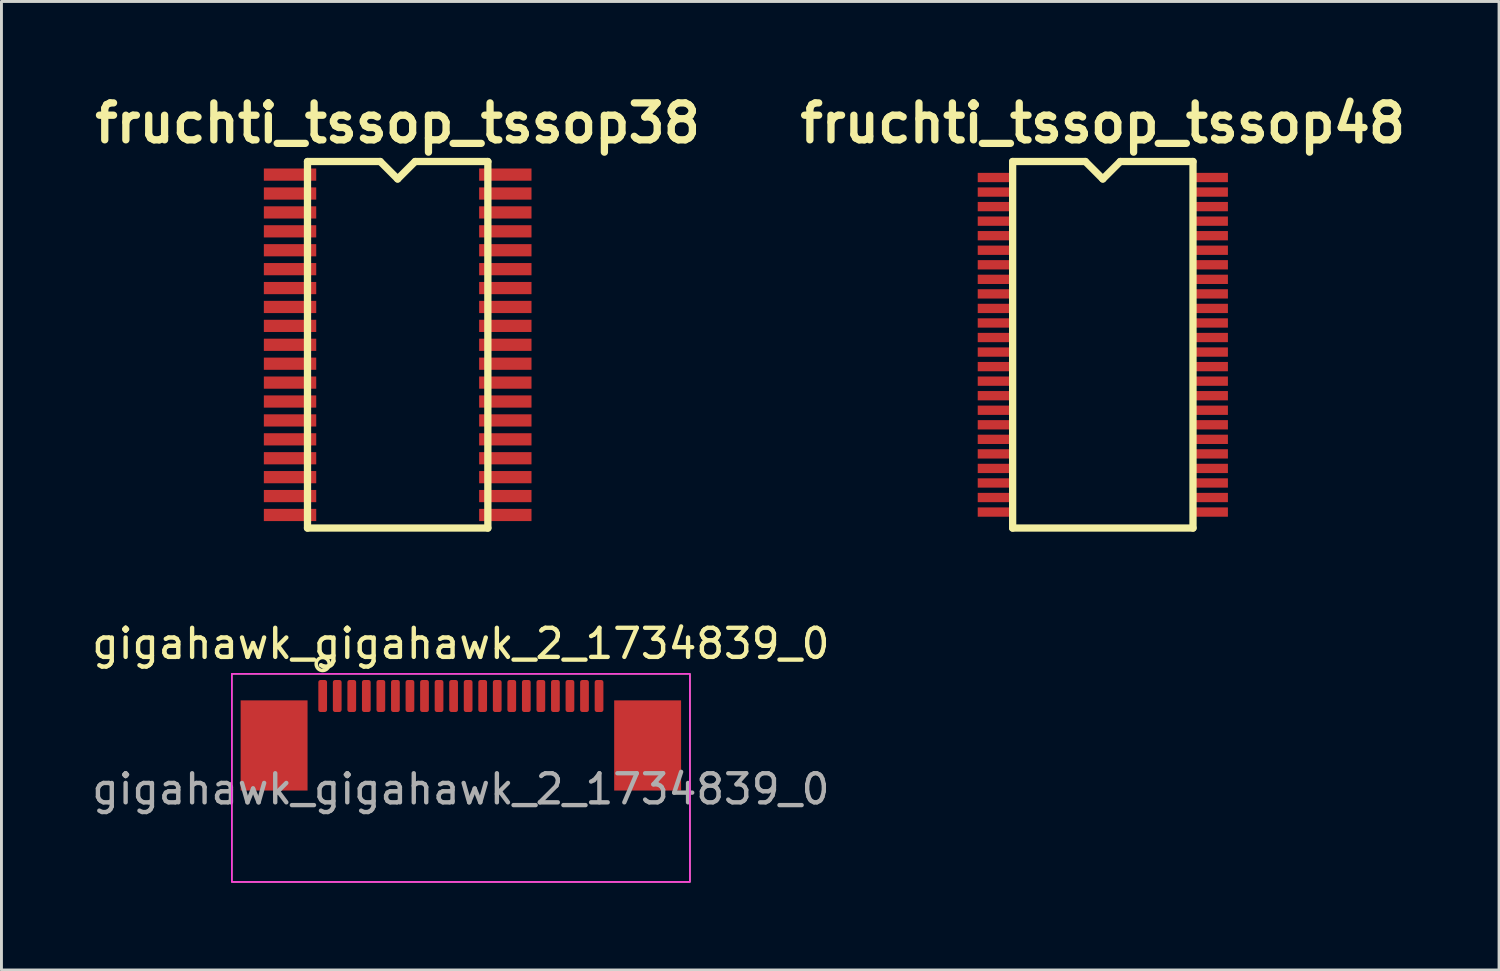
<source format=kicad_pcb>
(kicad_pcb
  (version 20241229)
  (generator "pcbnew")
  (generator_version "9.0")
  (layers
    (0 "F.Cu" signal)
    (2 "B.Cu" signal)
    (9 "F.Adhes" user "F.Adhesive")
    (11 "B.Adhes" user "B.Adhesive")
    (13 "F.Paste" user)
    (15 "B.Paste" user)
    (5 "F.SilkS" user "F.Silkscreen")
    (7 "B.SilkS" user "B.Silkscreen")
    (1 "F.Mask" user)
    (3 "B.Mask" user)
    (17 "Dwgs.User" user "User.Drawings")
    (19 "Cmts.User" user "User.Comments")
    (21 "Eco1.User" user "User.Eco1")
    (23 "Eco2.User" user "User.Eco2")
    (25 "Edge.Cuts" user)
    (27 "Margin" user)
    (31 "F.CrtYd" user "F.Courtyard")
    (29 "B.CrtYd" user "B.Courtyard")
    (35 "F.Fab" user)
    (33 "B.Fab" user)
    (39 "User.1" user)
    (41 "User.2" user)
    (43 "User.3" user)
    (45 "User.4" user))
  (footprint "gigahawk_gigahawk_2_1734839_0"
    (layer "F.Cu")
    (at 12.792 20.875)
    (property "Reference" "gigahawk_gigahawk_2_1734839_0" (at 0 -1.8 0) (unlocked yes) (layer "F.SilkS") (effects (font (size 1 1) (thickness 0.15))))
    (attr smd)
    (fp_rect (start -7.874 -0.762) (end 7.874 6.392) (stroke (width 0.05) (type solid)) (fill no) (layer "F.SilkS"))
    (fp_circle (center -4.75 -1.1) (end -4.526 -1.1) (stroke (width 0.12) (type solid)) (fill no) (layer "F.SilkS"))
    (fp_rect (start -7.874 -0.762) (end 7.874 6.392) (stroke (width 0.05) (type solid)) (fill no) (layer "F.CrtYd"))
    (fp_text user "${REFERENCE}" (at 0 3.2 0) (unlocked yes) (layer "F.Fab") (effects (font (size 1 1) (thickness 0.15))))
    (pad "1" smd roundrect (at -4.75 0) (size 0.3 1.1) (layers "F.Cu" "F.Mask" "F.Paste") (roundrect_rratio 0.25))
    (pad "2" smd roundrect (at -4.25 0) (size 0.3 1.1) (layers "F.Cu" "F.Mask" "F.Paste") (roundrect_rratio 0.25))
    (pad "3" smd roundrect (at -3.75 0) (size 0.3 1.1) (layers "F.Cu" "F.Mask" "F.Paste") (roundrect_rratio 0.25))
    (pad "4" smd roundrect (at -3.25 0) (size 0.3 1.1) (layers "F.Cu" "F.Mask" "F.Paste") (roundrect_rratio 0.25))
    (pad "5" smd roundrect (at -2.75 0) (size 0.3 1.1) (layers "F.Cu" "F.Mask" "F.Paste") (roundrect_rratio 0.25))
    (pad "6" smd roundrect (at -2.25 0) (size 0.3 1.1) (layers "F.Cu" "F.Mask" "F.Paste") (roundrect_rratio 0.25))
    (pad "7" smd roundrect (at -1.75 0) (size 0.3 1.1) (layers "F.Cu" "F.Mask" "F.Paste") (roundrect_rratio 0.25))
    (pad "8" smd roundrect (at -1.25 0) (size 0.3 1.1) (layers "F.Cu" "F.Mask" "F.Paste") (roundrect_rratio 0.25))
    (pad "9" smd roundrect (at -0.75 0) (size 0.3 1.1) (layers "F.Cu" "F.Mask" "F.Paste") (roundrect_rratio 0.25))
    (pad "10" smd roundrect (at -0.25 0) (size 0.3 1.1) (layers "F.Cu" "F.Mask" "F.Paste") (roundrect_rratio 0.25))
    (pad "11" smd roundrect (at 0.25 0) (size 0.3 1.1) (layers "F.Cu" "F.Mask" "F.Paste") (roundrect_rratio 0.25))
    (pad "12" smd roundrect (at 0.75 0) (size 0.3 1.1) (layers "F.Cu" "F.Mask" "F.Paste") (roundrect_rratio 0.25))
    (pad "13" smd roundrect (at 1.25 0) (size 0.3 1.1) (layers "F.Cu" "F.Mask" "F.Paste") (roundrect_rratio 0.25))
    (pad "14" smd roundrect (at 1.75 0) (size 0.3 1.1) (layers "F.Cu" "F.Mask" "F.Paste") (roundrect_rratio 0.25))
    (pad "15" smd roundrect (at 2.25 0) (size 0.3 1.1) (layers "F.Cu" "F.Mask" "F.Paste") (roundrect_rratio 0.25))
    (pad "16" smd roundrect (at 2.75 0) (size 0.3 1.1) (layers "F.Cu" "F.Mask" "F.Paste") (roundrect_rratio 0.25))
    (pad "17" smd roundrect (at 3.25 0) (size 0.3 1.1) (layers "F.Cu" "F.Mask" "F.Paste") (roundrect_rratio 0.25))
    (pad "18" smd roundrect (at 3.75 0) (size 0.3 1.1) (layers "F.Cu" "F.Mask" "F.Paste") (roundrect_rratio 0.25))
    (pad "19" smd roundrect (at 4.25 0) (size 0.3 1.1) (layers "F.Cu" "F.Mask" "F.Paste") (roundrect_rratio 0.25))
    (pad "20" smd roundrect (at 4.75 0) (size 0.3 1.1) (layers "F.Cu" "F.Mask" "F.Paste") (roundrect_rratio 0.25))
    (pad "M1" smd rect (at -6.42 1.7) (size 2.3 3.1) (layers "F.Cu" "F.Mask" "F.Paste"))
    (pad "M2" smd rect (at 6.42 1.7) (size 2.3 3.1) (layers "F.Cu" "F.Mask" "F.Paste")))
  (footprint "fruchti_tssop_tssop38"
    (layer "F.Cu")
    (at 10.62 8.802)
    (property "Reference" "fruchti_tssop_tssop38" (at 0 -7.62 0) (layer "F.SilkS") (effects (font (size 1.27 1.27) (thickness 0.25))))
    (attr through_hole)
    (fp_line (start -3.1 -6.3) (end -3.1 6.3) (stroke (width 0.25) (type solid)) (layer "F.SilkS"))
    (fp_line (start -3.1 6.3) (end 3.1 6.3) (stroke (width 0.25) (type solid)) (layer "F.SilkS"))
    (fp_line (start -0.6 -6.3) (end -3.1 -6.3) (stroke (width 0.25) (type solid)) (layer "F.SilkS"))
    (fp_line (start 0 -5.7) (end -0.6 -6.3) (stroke (width 0.25) (type solid)) (layer "F.SilkS"))
    (fp_line (start 0.6 -6.3) (end 0 -5.7) (stroke (width 0.25) (type solid)) (layer "F.SilkS"))
    (fp_line (start 3.1 -6.3) (end 0.6 -6.3) (stroke (width 0.25) (type solid)) (layer "F.SilkS"))
    (fp_line (start 3.1 6.3) (end 3.1 -6.3) (stroke (width 0.25) (type solid)) (layer "F.SilkS"))
    (pad "1" smd rect (at -3.7 -5.85) (size 1.8 0.42) (layers "F.Cu" "F.Mask" "F.Paste"))
    (pad "2" smd rect (at -3.7 -5.2) (size 1.8 0.42) (layers "F.Cu" "F.Mask" "F.Paste"))
    (pad "3" smd rect (at -3.7 -4.55) (size 1.8 0.42) (layers "F.Cu" "F.Mask" "F.Paste"))
    (pad "4" smd rect (at -3.7 -3.9) (size 1.8 0.42) (layers "F.Cu" "F.Mask" "F.Paste"))
    (pad "5" smd rect (at -3.7 -3.25) (size 1.8 0.42) (layers "F.Cu" "F.Mask" "F.Paste"))
    (pad "6" smd rect (at -3.7 -2.6) (size 1.8 0.42) (layers "F.Cu" "F.Mask" "F.Paste"))
    (pad "7" smd rect (at -3.7 -1.95) (size 1.8 0.42) (layers "F.Cu" "F.Mask" "F.Paste"))
    (pad "8" smd rect (at -3.7 -1.3) (size 1.8 0.42) (layers "F.Cu" "F.Mask" "F.Paste"))
    (pad "9" smd rect (at -3.7 -0.65) (size 1.8 0.42) (layers "F.Cu" "F.Mask" "F.Paste"))
    (pad "10" smd rect (at -3.7 0) (size 1.8 0.42) (layers "F.Cu" "F.Mask" "F.Paste"))
    (pad "11" smd rect (at -3.7 0.65) (size 1.8 0.42) (layers "F.Cu" "F.Mask" "F.Paste"))
    (pad "12" smd rect (at -3.7 1.3) (size 1.8 0.42) (layers "F.Cu" "F.Mask" "F.Paste"))
    (pad "13" smd rect (at -3.7 1.95) (size 1.8 0.42) (layers "F.Cu" "F.Mask" "F.Paste"))
    (pad "14" smd rect (at -3.7 2.6) (size 1.8 0.42) (layers "F.Cu" "F.Mask" "F.Paste"))
    (pad "15" smd rect (at -3.7 3.25) (size 1.8 0.42) (layers "F.Cu" "F.Mask" "F.Paste"))
    (pad "16" smd rect (at -3.7 3.9) (size 1.8 0.42) (layers "F.Cu" "F.Mask" "F.Paste"))
    (pad "17" smd rect (at -3.7 4.55) (size 1.8 0.42) (layers "F.Cu" "F.Mask" "F.Paste"))
    (pad "18" smd rect (at -3.7 5.2) (size 1.8 0.42) (layers "F.Cu" "F.Mask" "F.Paste"))
    (pad "19" smd rect (at -3.7 5.85) (size 1.8 0.42) (layers "F.Cu" "F.Mask" "F.Paste"))
    (pad "20" smd rect (at 3.7 5.85) (size 1.8 0.42) (layers "F.Cu" "F.Mask" "F.Paste"))
    (pad "21" smd rect (at 3.7 5.2) (size 1.8 0.42) (layers "F.Cu" "F.Mask" "F.Paste"))
    (pad "22" smd rect (at 3.7 4.55) (size 1.8 0.42) (layers "F.Cu" "F.Mask" "F.Paste"))
    (pad "23" smd rect (at 3.7 3.9) (size 1.8 0.42) (layers "F.Cu" "F.Mask" "F.Paste"))
    (pad "24" smd rect (at 3.7 3.25) (size 1.8 0.42) (layers "F.Cu" "F.Mask" "F.Paste"))
    (pad "25" smd rect (at 3.7 2.6) (size 1.8 0.42) (layers "F.Cu" "F.Mask" "F.Paste"))
    (pad "26" smd rect (at 3.7 1.95) (size 1.8 0.42) (layers "F.Cu" "F.Mask" "F.Paste"))
    (pad "27" smd rect (at 3.7 1.3) (size 1.8 0.42) (layers "F.Cu" "F.Mask" "F.Paste"))
    (pad "28" smd rect (at 3.7 0.65) (size 1.8 0.42) (layers "F.Cu" "F.Mask" "F.Paste"))
    (pad "29" smd rect (at 3.7 0) (size 1.8 0.42) (layers "F.Cu" "F.Mask" "F.Paste"))
    (pad "30" smd rect (at 3.7 -0.65) (size 1.8 0.42) (layers "F.Cu" "F.Mask" "F.Paste"))
    (pad "31" smd rect (at 3.7 -1.3) (size 1.8 0.42) (layers "F.Cu" "F.Mask" "F.Paste"))
    (pad "32" smd rect (at 3.7 -1.95) (size 1.8 0.42) (layers "F.Cu" "F.Mask" "F.Paste"))
    (pad "33" smd rect (at 3.7 -2.6) (size 1.8 0.42) (layers "F.Cu" "F.Mask" "F.Paste"))
    (pad "34" smd rect (at 3.7 -3.25) (size 1.8 0.42) (layers "F.Cu" "F.Mask" "F.Paste"))
    (pad "35" smd rect (at 3.7 -3.9) (size 1.8 0.42) (layers "F.Cu" "F.Mask" "F.Paste"))
    (pad "36" smd rect (at 3.7 -4.55) (size 1.8 0.42) (layers "F.Cu" "F.Mask" "F.Paste"))
    (pad "37" smd rect (at 3.7 -5.2) (size 1.8 0.42) (layers "F.Cu" "F.Mask" "F.Paste"))
    (pad "38" smd rect (at 3.7 -5.85) (size 1.8 0.42) (layers "F.Cu" "F.Mask" "F.Paste")))
  (footprint "fruchti_tssop_tssop48"
    (layer "F.Cu")
    (at 34.859 8.802)
    (property "Reference" "fruchti_tssop_tssop48" (at 0 -7.62 0) (layer "F.SilkS") (effects (font (size 1.27 1.27) (thickness 0.25))))
    (attr through_hole)
    (fp_line (start -3.1 -6.3) (end -3.1 6.3) (stroke (width 0.25) (type solid)) (layer "F.SilkS"))
    (fp_line (start -3.1 6.3) (end 3.1 6.3) (stroke (width 0.25) (type solid)) (layer "F.SilkS"))
    (fp_line (start -0.6 -6.3) (end -3.1 -6.3) (stroke (width 0.25) (type solid)) (layer "F.SilkS"))
    (fp_line (start 0 -5.7) (end -0.6 -6.3) (stroke (width 0.25) (type solid)) (layer "F.SilkS"))
    (fp_line (start 0.6 -6.3) (end 0 -5.7) (stroke (width 0.25) (type solid)) (layer "F.SilkS"))
    (fp_line (start 3.1 -6.3) (end 0.6 -6.3) (stroke (width 0.25) (type solid)) (layer "F.SilkS"))
    (fp_line (start 3.1 6.3) (end 3.1 -6.3) (stroke (width 0.25) (type solid)) (layer "F.SilkS"))
    (pad "1" smd rect (at -3.7 -5.75) (size 1.2 0.32) (layers "F.Cu" "F.Mask" "F.Paste"))
    (pad "2" smd rect (at -3.7 -5.25) (size 1.2 0.32) (layers "F.Cu" "F.Mask" "F.Paste"))
    (pad "3" smd rect (at -3.7 -4.75) (size 1.2 0.32) (layers "F.Cu" "F.Mask" "F.Paste"))
    (pad "4" smd rect (at -3.7 -4.25) (size 1.2 0.32) (layers "F.Cu" "F.Mask" "F.Paste"))
    (pad "5" smd rect (at -3.7 -3.75) (size 1.2 0.32) (layers "F.Cu" "F.Mask" "F.Paste"))
    (pad "6" smd rect (at -3.7 -3.25) (size 1.2 0.32) (layers "F.Cu" "F.Mask" "F.Paste"))
    (pad "7" smd rect (at -3.7 -2.75) (size 1.2 0.32) (layers "F.Cu" "F.Mask" "F.Paste"))
    (pad "8" smd rect (at -3.7 -2.25) (size 1.2 0.32) (layers "F.Cu" "F.Mask" "F.Paste"))
    (pad "9" smd rect (at -3.7 -1.75) (size 1.2 0.32) (layers "F.Cu" "F.Mask" "F.Paste"))
    (pad "10" smd rect (at -3.7 -1.25) (size 1.2 0.32) (layers "F.Cu" "F.Mask" "F.Paste"))
    (pad "11" smd rect (at -3.7 -0.75) (size 1.2 0.32) (layers "F.Cu" "F.Mask" "F.Paste"))
    (pad "12" smd rect (at -3.7 -0.25) (size 1.2 0.32) (layers "F.Cu" "F.Mask" "F.Paste"))
    (pad "13" smd rect (at -3.7 0.25) (size 1.2 0.32) (layers "F.Cu" "F.Mask" "F.Paste"))
    (pad "14" smd rect (at -3.7 0.75) (size 1.2 0.32) (layers "F.Cu" "F.Mask" "F.Paste"))
    (pad "15" smd rect (at -3.7 1.25) (size 1.2 0.32) (layers "F.Cu" "F.Mask" "F.Paste"))
    (pad "16" smd rect (at -3.7 1.75) (size 1.2 0.32) (layers "F.Cu" "F.Mask" "F.Paste"))
    (pad "17" smd rect (at -3.7 2.25) (size 1.2 0.32) (layers "F.Cu" "F.Mask" "F.Paste"))
    (pad "18" smd rect (at -3.7 2.75) (size 1.2 0.32) (layers "F.Cu" "F.Mask" "F.Paste"))
    (pad "19" smd rect (at -3.7 3.25) (size 1.2 0.32) (layers "F.Cu" "F.Mask" "F.Paste"))
    (pad "20" smd rect (at -3.7 3.75) (size 1.2 0.32) (layers "F.Cu" "F.Mask" "F.Paste"))
    (pad "21" smd rect (at -3.7 4.25) (size 1.2 0.32) (layers "F.Cu" "F.Mask" "F.Paste"))
    (pad "22" smd rect (at -3.7 4.75) (size 1.2 0.32) (layers "F.Cu" "F.Mask" "F.Paste"))
    (pad "23" smd rect (at -3.7 5.25) (size 1.2 0.32) (layers "F.Cu" "F.Mask" "F.Paste"))
    (pad "24" smd rect (at -3.7 5.75) (size 1.2 0.32) (layers "F.Cu" "F.Mask" "F.Paste"))
    (pad "25" smd rect (at 3.7 5.75) (size 1.2 0.32) (layers "F.Cu" "F.Mask" "F.Paste"))
    (pad "26" smd rect (at 3.7 5.25) (size 1.2 0.32) (layers "F.Cu" "F.Mask" "F.Paste"))
    (pad "27" smd rect (at 3.7 4.75) (size 1.2 0.32) (layers "F.Cu" "F.Mask" "F.Paste"))
    (pad "28" smd rect (at 3.7 4.25) (size 1.2 0.32) (layers "F.Cu" "F.Mask" "F.Paste"))
    (pad "29" smd rect (at 3.7 3.75) (size 1.2 0.32) (layers "F.Cu" "F.Mask" "F.Paste"))
    (pad "30" smd rect (at 3.7 3.25) (size 1.2 0.32) (layers "F.Cu" "F.Mask" "F.Paste"))
    (pad "31" smd rect (at 3.7 2.75) (size 1.2 0.32) (layers "F.Cu" "F.Mask" "F.Paste"))
    (pad "32" smd rect (at 3.7 2.25) (size 1.2 0.32) (layers "F.Cu" "F.Mask" "F.Paste"))
    (pad "33" smd rect (at 3.7 1.75) (size 1.2 0.32) (layers "F.Cu" "F.Mask" "F.Paste"))
    (pad "34" smd rect (at 3.7 1.25) (size 1.2 0.32) (layers "F.Cu" "F.Mask" "F.Paste"))
    (pad "35" smd rect (at 3.7 0.75) (size 1.2 0.32) (layers "F.Cu" "F.Mask" "F.Paste"))
    (pad "36" smd rect (at 3.7 0.25) (size 1.2 0.32) (layers "F.Cu" "F.Mask" "F.Paste"))
    (pad "37" smd rect (at 3.7 -0.25) (size 1.2 0.32) (layers "F.Cu" "F.Mask" "F.Paste"))
    (pad "38" smd rect (at 3.7 -0.75) (size 1.2 0.32) (layers "F.Cu" "F.Mask" "F.Paste"))
    (pad "39" smd rect (at 3.7 -1.25) (size 1.2 0.32) (layers "F.Cu" "F.Mask" "F.Paste"))
    (pad "40" smd rect (at 3.7 -1.75) (size 1.2 0.32) (layers "F.Cu" "F.Mask" "F.Paste"))
    (pad "41" smd rect (at 3.7 -2.25) (size 1.2 0.32) (layers "F.Cu" "F.Mask" "F.Paste"))
    (pad "42" smd rect (at 3.7 -2.75) (size 1.2 0.32) (layers "F.Cu" "F.Mask" "F.Paste"))
    (pad "43" smd rect (at 3.7 -3.25) (size 1.2 0.32) (layers "F.Cu" "F.Mask" "F.Paste"))
    (pad "44" smd rect (at 3.7 -3.75) (size 1.2 0.32) (layers "F.Cu" "F.Mask" "F.Paste"))
    (pad "45" smd rect (at 3.7 -4.25) (size 1.2 0.32) (layers "F.Cu" "F.Mask" "F.Paste"))
    (pad "46" smd rect (at 3.7 -4.75) (size 1.2 0.32) (layers "F.Cu" "F.Mask" "F.Paste"))
    (pad "47" smd rect (at 3.7 -5.25) (size 1.2 0.32) (layers "F.Cu" "F.Mask" "F.Paste"))
    (pad "48" smd rect (at 3.7 -5.75) (size 1.2 0.32) (layers "F.Cu" "F.Mask" "F.Paste")))
  (gr_rect
    (start -3 -3)
    (end 48.479 30.292)
    (stroke (width 0.1) (type default))
    (fill no)
    (layer "Edge.Cuts")))
</source>
